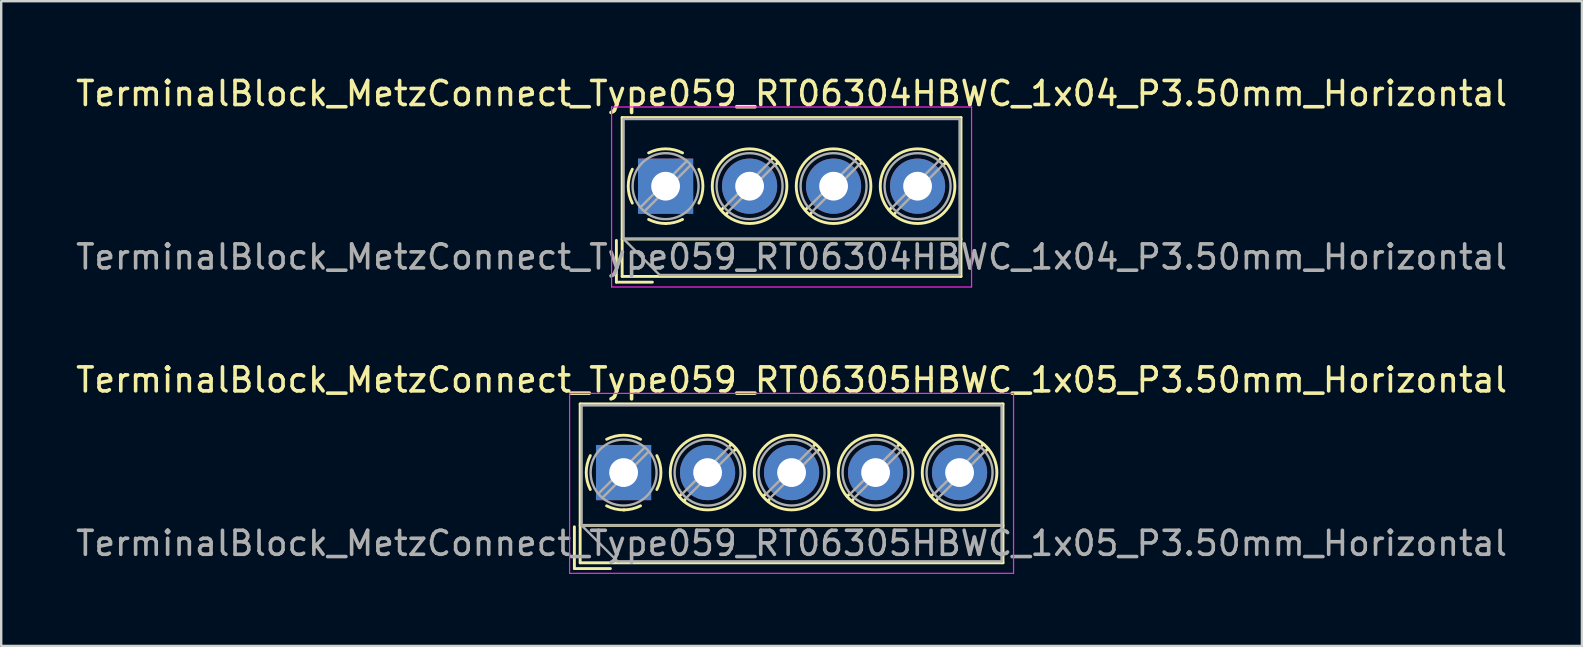
<source format=kicad_pcb>
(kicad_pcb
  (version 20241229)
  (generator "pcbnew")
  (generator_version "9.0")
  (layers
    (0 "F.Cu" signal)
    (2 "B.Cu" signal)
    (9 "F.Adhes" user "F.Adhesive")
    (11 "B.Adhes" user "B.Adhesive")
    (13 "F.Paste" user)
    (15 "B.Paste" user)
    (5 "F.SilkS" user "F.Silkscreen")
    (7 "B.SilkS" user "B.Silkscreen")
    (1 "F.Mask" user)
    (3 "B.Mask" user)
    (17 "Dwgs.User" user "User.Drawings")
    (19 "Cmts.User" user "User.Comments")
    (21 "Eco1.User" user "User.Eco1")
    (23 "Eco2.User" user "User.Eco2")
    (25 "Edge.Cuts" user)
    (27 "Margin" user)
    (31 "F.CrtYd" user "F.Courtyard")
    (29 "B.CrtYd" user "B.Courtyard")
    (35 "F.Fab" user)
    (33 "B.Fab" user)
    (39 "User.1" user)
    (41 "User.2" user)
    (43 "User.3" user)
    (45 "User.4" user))
  (footprint "TerminalBlock_MetzConnect_Type059_RT06304HBWC_1x04_P3.50mm_Horizontal"
    (layer "F.Cu")
    (at 24.685 4.708)
    (property "Reference" "TerminalBlock_MetzConnect_Type059_RT06304HBWC_1x04_P3.50mm_Horizontal" (at 5.25 -3.86 0) (layer "F.SilkS") (effects (font (size 1 1) (thickness 0.15))))
    (attr through_hole)
    (fp_line (start -2.05 2.26) (end -2.05 4) (stroke (width 0.12) (type solid)) (layer "F.SilkS"))
    (fp_line (start -2.05 4) (end -0.55 4) (stroke (width 0.12) (type solid)) (layer "F.SilkS"))
    (fp_line (start -1.81 -2.86) (end -1.81 3.76) (stroke (width 0.12) (type solid)) (layer "F.SilkS"))
    (fp_line (start -1.81 -2.86) (end 12.31 -2.86) (stroke (width 0.12) (type solid)) (layer "F.SilkS"))
    (fp_line (start -1.81 2.2) (end 12.31 2.2) (stroke (width 0.12) (type solid)) (layer "F.SilkS"))
    (fp_line (start -1.81 3.76) (end 12.31 3.76) (stroke (width 0.12) (type solid)) (layer "F.SilkS"))
    (fp_line (start 2.397 0.914) (end 2.321 0.99) (stroke (width 0.12) (type solid)) (layer "F.SilkS"))
    (fp_line (start 2.565 1.125) (end 2.511 1.18) (stroke (width 0.12) (type solid)) (layer "F.SilkS"))
    (fp_line (start 4.49 -1.18) (end 4.436 -1.126) (stroke (width 0.12) (type solid)) (layer "F.SilkS"))
    (fp_line (start 4.68 -0.99) (end 4.604 -0.914) (stroke (width 0.12) (type solid)) (layer "F.SilkS"))
    (fp_line (start 5.897 0.914) (end 5.821 0.99) (stroke (width 0.12) (type solid)) (layer "F.SilkS"))
    (fp_line (start 6.065 1.125) (end 6.011 1.18) (stroke (width 0.12) (type solid)) (layer "F.SilkS"))
    (fp_line (start 7.99 -1.18) (end 7.936 -1.126) (stroke (width 0.12) (type solid)) (layer "F.SilkS"))
    (fp_line (start 8.18 -0.99) (end 8.104 -0.914) (stroke (width 0.12) (type solid)) (layer "F.SilkS"))
    (fp_line (start 9.397 0.914) (end 9.321 0.99) (stroke (width 0.12) (type solid)) (layer "F.SilkS"))
    (fp_line (start 9.565 1.125) (end 9.511 1.18) (stroke (width 0.12) (type solid)) (layer "F.SilkS"))
    (fp_line (start 11.49 -1.18) (end 11.436 -1.126) (stroke (width 0.12) (type solid)) (layer "F.SilkS"))
    (fp_line (start 11.68 -0.99) (end 11.604 -0.914) (stroke (width 0.12) (type solid)) (layer "F.SilkS"))
    (fp_line (start 12.31 -2.86) (end 12.31 3.76) (stroke (width 0.12) (type solid)) (layer "F.SilkS"))
    (fp_arc (start -1.386645 0.705733) (mid -1.555906 -0.000711) (end -1.386 -0.707) (stroke (width 0.12) (type solid)) (layer "F.SilkS"))
    (fp_arc (start -0.705733 -1.386645) (mid 0.000711 -1.555906) (end 0.707 -1.386) (stroke (width 0.12) (type solid)) (layer "F.SilkS"))
    (fp_arc (start 0.026444 1.555682) (mid -0.350695 1.515869) (end -0.707 1.386) (stroke (width 0.12) (type solid)) (layer "F.SilkS"))
    (fp_arc (start 0.705955 1.385515) (mid 0.363007 1.512035) (end 0 1.555) (stroke (width 0.12) (type solid)) (layer "F.SilkS"))
    (fp_arc (start 1.386645 -0.705733) (mid 1.555906 0.000711) (end 1.386 0.707) (stroke (width 0.12) (type solid)) (layer "F.SilkS"))
    (fp_circle (center 3.5 0) (end 5.055 0) (stroke (width 0.12) (type solid)) (fill no) (layer "F.SilkS"))
    (fp_circle (center 7 0) (end 8.555 0) (stroke (width 0.12) (type solid)) (fill no) (layer "F.SilkS"))
    (fp_circle (center 10.5 0) (end 12.055 0) (stroke (width 0.12) (type solid)) (fill no) (layer "F.SilkS"))
    (fp_line (start -2.25 -3.3) (end -2.25 4.2) (stroke (width 0.05) (type solid)) (layer "F.CrtYd"))
    (fp_line (start -2.25 4.2) (end 12.75 4.2) (stroke (width 0.05) (type solid)) (layer "F.CrtYd"))
    (fp_line (start 12.75 -3.3) (end -2.25 -3.3) (stroke (width 0.05) (type solid)) (layer "F.CrtYd"))
    (fp_line (start 12.75 4.2) (end 12.75 -3.3) (stroke (width 0.05) (type solid)) (layer "F.CrtYd"))
    (fp_line (start -1.75 -2.8) (end 12.25 -2.8) (stroke (width 0.1) (type solid)) (layer "F.Fab"))
    (fp_line (start -1.75 2.2) (end -1.75 -2.8) (stroke (width 0.1) (type solid)) (layer "F.Fab"))
    (fp_line (start -1.75 2.2) (end 12.25 2.2) (stroke (width 0.1) (type solid)) (layer "F.Fab"))
    (fp_line (start -0.25 3.7) (end -1.75 2.2) (stroke (width 0.1) (type solid)) (layer "F.Fab"))
    (fp_line (start 0.876 -1.043) (end -1.043 0.875) (stroke (width 0.1) (type solid)) (layer "F.Fab"))
    (fp_line (start 1.043 -0.875) (end -0.876 1.043) (stroke (width 0.1) (type solid)) (layer "F.Fab"))
    (fp_line (start 4.376 -1.043) (end 2.458 0.875) (stroke (width 0.1) (type solid)) (layer "F.Fab"))
    (fp_line (start 4.543 -0.875) (end 2.625 1.043) (stroke (width 0.1) (type solid)) (layer "F.Fab"))
    (fp_line (start 7.876 -1.043) (end 5.958 0.875) (stroke (width 0.1) (type solid)) (layer "F.Fab"))
    (fp_line (start 8.043 -0.875) (end 6.125 1.043) (stroke (width 0.1) (type solid)) (layer "F.Fab"))
    (fp_line (start 11.376 -1.043) (end 9.458 0.875) (stroke (width 0.1) (type solid)) (layer "F.Fab"))
    (fp_line (start 11.543 -0.875) (end 9.625 1.043) (stroke (width 0.1) (type solid)) (layer "F.Fab"))
    (fp_line (start 12.25 -2.8) (end 12.25 3.7) (stroke (width 0.1) (type solid)) (layer "F.Fab"))
    (fp_line (start 12.25 3.7) (end -0.25 3.7) (stroke (width 0.1) (type solid)) (layer "F.Fab"))
    (fp_circle (center 0 0) (end 1.375 0) (stroke (width 0.1) (type solid)) (fill no) (layer "F.Fab"))
    (fp_circle (center 3.5 0) (end 4.875 0) (stroke (width 0.1) (type solid)) (fill no) (layer "F.Fab"))
    (fp_circle (center 7 0) (end 8.375 0) (stroke (width 0.1) (type solid)) (fill no) (layer "F.Fab"))
    (fp_circle (center 10.5 0) (end 11.875 0) (stroke (width 0.1) (type solid)) (fill no) (layer "F.Fab"))
    (fp_text user "${REFERENCE}" (at 5.25 2.95 0) (layer "F.Fab") (effects (font (size 1 1) (thickness 0.15))))
    (pad "1" thru_hole rect (at 0 0) (size 2.3 2.3) (drill 1.2) (layers "*.Cu" "*.Mask"))
    (pad "2" thru_hole circle (at 3.5 0) (size 2.3 2.3) (drill 1.2) (layers "*.Cu" "*.Mask"))
    (pad "3" thru_hole circle (at 7 0) (size 2.3 2.3) (drill 1.2) (layers "*.Cu" "*.Mask"))
    (pad "4" thru_hole circle (at 10.5 0) (size 2.3 2.3) (drill 1.2) (layers "*.Cu" "*.Mask")))
  (footprint "TerminalBlock_MetzConnect_Type059_RT06305HBWC_1x05_P3.50mm_Horizontal"
    (layer "F.Cu")
    (at 22.935 16.642)
    (property "Reference" "TerminalBlock_MetzConnect_Type059_RT06305HBWC_1x05_P3.50mm_Horizontal" (at 7 -3.86 0) (layer "F.SilkS") (effects (font (size 1 1) (thickness 0.15))))
    (attr through_hole)
    (fp_line (start -2.05 2.26) (end -2.05 4) (stroke (width 0.12) (type solid)) (layer "F.SilkS"))
    (fp_line (start -2.05 4) (end -0.55 4) (stroke (width 0.12) (type solid)) (layer "F.SilkS"))
    (fp_line (start -1.81 -2.86) (end -1.81 3.76) (stroke (width 0.12) (type solid)) (layer "F.SilkS"))
    (fp_line (start -1.81 -2.86) (end 15.81 -2.86) (stroke (width 0.12) (type solid)) (layer "F.SilkS"))
    (fp_line (start -1.81 2.2) (end 15.81 2.2) (stroke (width 0.12) (type solid)) (layer "F.SilkS"))
    (fp_line (start -1.81 3.76) (end 15.81 3.76) (stroke (width 0.12) (type solid)) (layer "F.SilkS"))
    (fp_line (start 2.397 0.914) (end 2.321 0.99) (stroke (width 0.12) (type solid)) (layer "F.SilkS"))
    (fp_line (start 2.565 1.125) (end 2.511 1.18) (stroke (width 0.12) (type solid)) (layer "F.SilkS"))
    (fp_line (start 4.49 -1.18) (end 4.436 -1.126) (stroke (width 0.12) (type solid)) (layer "F.SilkS"))
    (fp_line (start 4.68 -0.99) (end 4.604 -0.914) (stroke (width 0.12) (type solid)) (layer "F.SilkS"))
    (fp_line (start 5.897 0.914) (end 5.821 0.99) (stroke (width 0.12) (type solid)) (layer "F.SilkS"))
    (fp_line (start 6.065 1.125) (end 6.011 1.18) (stroke (width 0.12) (type solid)) (layer "F.SilkS"))
    (fp_line (start 7.99 -1.18) (end 7.936 -1.126) (stroke (width 0.12) (type solid)) (layer "F.SilkS"))
    (fp_line (start 8.18 -0.99) (end 8.104 -0.914) (stroke (width 0.12) (type solid)) (layer "F.SilkS"))
    (fp_line (start 9.397 0.914) (end 9.321 0.99) (stroke (width 0.12) (type solid)) (layer "F.SilkS"))
    (fp_line (start 9.565 1.125) (end 9.511 1.18) (stroke (width 0.12) (type solid)) (layer "F.SilkS"))
    (fp_line (start 11.49 -1.18) (end 11.436 -1.126) (stroke (width 0.12) (type solid)) (layer "F.SilkS"))
    (fp_line (start 11.68 -0.99) (end 11.604 -0.914) (stroke (width 0.12) (type solid)) (layer "F.SilkS"))
    (fp_line (start 12.897 0.914) (end 12.821 0.99) (stroke (width 0.12) (type solid)) (layer "F.SilkS"))
    (fp_line (start 13.065 1.125) (end 13.011 1.18) (stroke (width 0.12) (type solid)) (layer "F.SilkS"))
    (fp_line (start 14.99 -1.18) (end 14.936 -1.126) (stroke (width 0.12) (type solid)) (layer "F.SilkS"))
    (fp_line (start 15.18 -0.99) (end 15.104 -0.914) (stroke (width 0.12) (type solid)) (layer "F.SilkS"))
    (fp_line (start 15.81 -2.86) (end 15.81 3.76) (stroke (width 0.12) (type solid)) (layer "F.SilkS"))
    (fp_arc (start -1.386645 0.705733) (mid -1.555906 -0.000711) (end -1.386 -0.707) (stroke (width 0.12) (type solid)) (layer "F.SilkS"))
    (fp_arc (start -0.705733 -1.386645) (mid 0.000711 -1.555906) (end 0.707 -1.386) (stroke (width 0.12) (type solid)) (layer "F.SilkS"))
    (fp_arc (start 0.026444 1.555682) (mid -0.350695 1.515869) (end -0.707 1.386) (stroke (width 0.12) (type solid)) (layer "F.SilkS"))
    (fp_arc (start 0.705955 1.385515) (mid 0.363007 1.512035) (end 0 1.555) (stroke (width 0.12) (type solid)) (layer "F.SilkS"))
    (fp_arc (start 1.386645 -0.705733) (mid 1.555906 0.000711) (end 1.386 0.707) (stroke (width 0.12) (type solid)) (layer "F.SilkS"))
    (fp_circle (center 3.5 0) (end 5.055 0) (stroke (width 0.12) (type solid)) (fill no) (layer "F.SilkS"))
    (fp_circle (center 7 0) (end 8.555 0) (stroke (width 0.12) (type solid)) (fill no) (layer "F.SilkS"))
    (fp_circle (center 10.5 0) (end 12.055 0) (stroke (width 0.12) (type solid)) (fill no) (layer "F.SilkS"))
    (fp_circle (center 14 0) (end 15.555 0) (stroke (width 0.12) (type solid)) (fill no) (layer "F.SilkS"))
    (fp_line (start -2.25 -3.3) (end -2.25 4.2) (stroke (width 0.05) (type solid)) (layer "F.CrtYd"))
    (fp_line (start -2.25 4.2) (end 16.25 4.2) (stroke (width 0.05) (type solid)) (layer "F.CrtYd"))
    (fp_line (start 16.25 -3.3) (end -2.25 -3.3) (stroke (width 0.05) (type solid)) (layer "F.CrtYd"))
    (fp_line (start 16.25 4.2) (end 16.25 -3.3) (stroke (width 0.05) (type solid)) (layer "F.CrtYd"))
    (fp_line (start -1.75 -2.8) (end 15.75 -2.8) (stroke (width 0.1) (type solid)) (layer "F.Fab"))
    (fp_line (start -1.75 2.2) (end -1.75 -2.8) (stroke (width 0.1) (type solid)) (layer "F.Fab"))
    (fp_line (start -1.75 2.2) (end 15.75 2.2) (stroke (width 0.1) (type solid)) (layer "F.Fab"))
    (fp_line (start -0.25 3.7) (end -1.75 2.2) (stroke (width 0.1) (type solid)) (layer "F.Fab"))
    (fp_line (start 0.876 -1.043) (end -1.043 0.875) (stroke (width 0.1) (type solid)) (layer "F.Fab"))
    (fp_line (start 1.043 -0.875) (end -0.876 1.043) (stroke (width 0.1) (type solid)) (layer "F.Fab"))
    (fp_line (start 4.376 -1.043) (end 2.458 0.875) (stroke (width 0.1) (type solid)) (layer "F.Fab"))
    (fp_line (start 4.543 -0.875) (end 2.625 1.043) (stroke (width 0.1) (type solid)) (layer "F.Fab"))
    (fp_line (start 7.876 -1.043) (end 5.958 0.875) (stroke (width 0.1) (type solid)) (layer "F.Fab"))
    (fp_line (start 8.043 -0.875) (end 6.125 1.043) (stroke (width 0.1) (type solid)) (layer "F.Fab"))
    (fp_line (start 11.376 -1.043) (end 9.458 0.875) (stroke (width 0.1) (type solid)) (layer "F.Fab"))
    (fp_line (start 11.543 -0.875) (end 9.625 1.043) (stroke (width 0.1) (type solid)) (layer "F.Fab"))
    (fp_line (start 14.876 -1.043) (end 12.958 0.875) (stroke (width 0.1) (type solid)) (layer "F.Fab"))
    (fp_line (start 15.043 -0.875) (end 13.125 1.043) (stroke (width 0.1) (type solid)) (layer "F.Fab"))
    (fp_line (start 15.75 -2.8) (end 15.75 3.7) (stroke (width 0.1) (type solid)) (layer "F.Fab"))
    (fp_line (start 15.75 3.7) (end -0.25 3.7) (stroke (width 0.1) (type solid)) (layer "F.Fab"))
    (fp_circle (center 0 0) (end 1.375 0) (stroke (width 0.1) (type solid)) (fill no) (layer "F.Fab"))
    (fp_circle (center 3.5 0) (end 4.875 0) (stroke (width 0.1) (type solid)) (fill no) (layer "F.Fab"))
    (fp_circle (center 7 0) (end 8.375 0) (stroke (width 0.1) (type solid)) (fill no) (layer "F.Fab"))
    (fp_circle (center 10.5 0) (end 11.875 0) (stroke (width 0.1) (type solid)) (fill no) (layer "F.Fab"))
    (fp_circle (center 14 0) (end 15.375 0) (stroke (width 0.1) (type solid)) (fill no) (layer "F.Fab"))
    (fp_text user "${REFERENCE}" (at 7 2.95 0) (layer "F.Fab") (effects (font (size 1 1) (thickness 0.15))))
    (pad "1" thru_hole rect (at 0 0) (size 2.3 2.3) (drill 1.2) (layers "*.Cu" "*.Mask"))
    (pad "2" thru_hole circle (at 3.5 0) (size 2.3 2.3) (drill 1.2) (layers "*.Cu" "*.Mask"))
    (pad "3" thru_hole circle (at 7 0) (size 2.3 2.3) (drill 1.2) (layers "*.Cu" "*.Mask"))
    (pad "4" thru_hole circle (at 10.5 0) (size 2.3 2.3) (drill 1.2) (layers "*.Cu" "*.Mask"))
    (pad "5" thru_hole circle (at 14 0) (size 2.3 2.3) (drill 1.2) (layers "*.Cu" "*.Mask")))
  (gr_rect
    (start -3 -3)
    (end 62.869 23.866)
    (stroke (width 0.1) (type default))
    (fill no)
    (layer "Edge.Cuts")))
</source>
